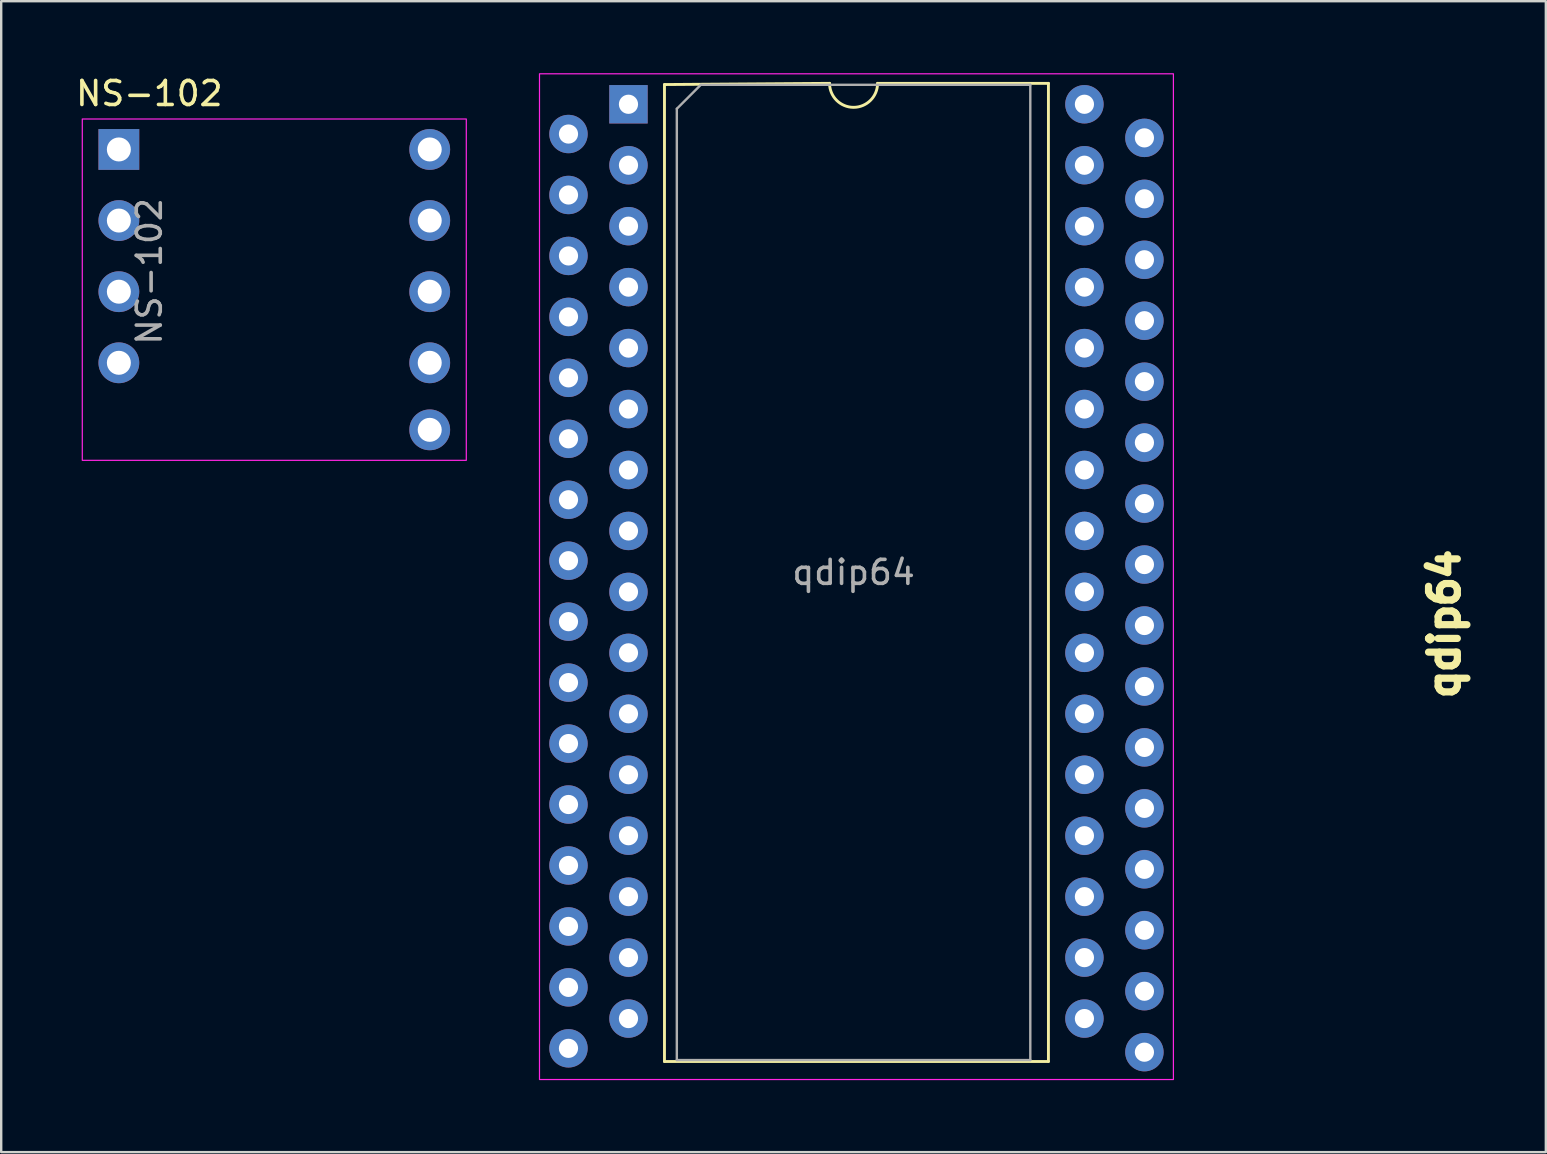
<source format=kicad_pcb>
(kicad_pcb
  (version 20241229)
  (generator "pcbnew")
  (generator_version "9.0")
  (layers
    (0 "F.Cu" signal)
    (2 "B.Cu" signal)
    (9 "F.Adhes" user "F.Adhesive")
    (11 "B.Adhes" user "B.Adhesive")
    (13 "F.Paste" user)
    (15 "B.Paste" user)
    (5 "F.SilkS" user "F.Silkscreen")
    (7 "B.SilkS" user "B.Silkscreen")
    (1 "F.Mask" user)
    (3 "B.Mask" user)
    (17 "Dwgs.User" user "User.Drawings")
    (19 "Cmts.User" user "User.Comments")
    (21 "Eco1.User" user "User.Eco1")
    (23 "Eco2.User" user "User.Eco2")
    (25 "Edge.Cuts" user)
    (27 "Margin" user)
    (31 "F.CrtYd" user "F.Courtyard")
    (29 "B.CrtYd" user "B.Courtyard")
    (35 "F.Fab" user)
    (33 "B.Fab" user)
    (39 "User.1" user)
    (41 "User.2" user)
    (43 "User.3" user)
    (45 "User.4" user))
  (footprint "NS-102"
    (layer "F.Cu")
    (at 1.903 3.178)
    (property "Reference" "NS-102" (at 1.27 -2.33 0) (layer "F.SilkS") (effects (font (size 1 1) (thickness 0.15))))
    (attr through_hole)
    (fp_rect (start -1.524 -1.27) (end 14.478 12.954) (stroke (width 0.05) (type default)) (fill no) (layer "F.CrtYd"))
    (fp_text user "${REFERENCE}" (at 1.27 5.08 270) (layer "F.Fab") (effects (font (size 1 1) (thickness 0.15))))
    (pad "" np_thru_hole oval (at 0 2.963) (size 1.7 1.7) (drill 1) (layers "*.Cu" "*.Mask"))
    (pad "" np_thru_hole oval (at 12.954 0) (size 1.7 1.7) (drill 1) (layers "*.Cu" "*.Mask"))
    (pad "" np_thru_hole oval (at 12.954 2.963) (size 1.7 1.7) (drill 1) (layers "*.Cu" "*.Mask"))
    (pad "" np_thru_hole oval (at 12.954 5.927) (size 1.7 1.7) (drill 1) (layers "*.Cu" "*.Mask"))
    (pad "" np_thru_hole oval (at 12.954 8.89) (size 1.7 1.7) (drill 1) (layers "*.Cu" "*.Mask"))
    (pad "" np_thru_hole oval (at 12.954 11.684) (size 1.7 1.7) (drill 1) (layers "*.Cu" "*.Mask"))
    (pad "1" thru_hole rect (at 0 0) (size 1.7 1.7) (drill 1) (layers "*.Cu" "*.Mask"))
    (pad "2" thru_hole oval (at 0 5.927) (size 1.7 1.7) (drill 1) (layers "*.Cu" "*.Mask"))
    (pad "3" thru_hole oval (at 0 8.89) (size 1.7 1.7) (drill 1) (layers "*.Cu" "*.Mask")))
  (footprint "qdip64"
    (layer "F.Cu")
    (at 32.639 20.853)
    (property "Reference" "qdip64" (at 24.5 2.1 270) (layer "F.SilkS") (effects (font (size 1.2 1.2) (thickness 0.3))))
    (attr through_hole)
    (fp_line (start -8 -20.38) (end -8 20.33) (stroke (width 0.12) (type solid)) (layer "F.SilkS"))
    (fp_line (start -8 20.33) (end 8 20.33) (stroke (width 0.12) (type solid)) (layer "F.SilkS"))
    (fp_line (start -1.12 -20.43) (end -8 -20.38) (stroke (width 0.12) (type solid)) (layer "F.SilkS"))
    (fp_line (start 8 -20.43) (end 0.88 -20.43) (stroke (width 0.12) (type solid)) (layer "F.SilkS"))
    (fp_line (start 8 20.33) (end 8 -20.43) (stroke (width 0.12) (type solid)) (layer "F.SilkS"))
    (fp_arc (start 0.88 -20.43) (mid -0.12 -19.43) (end -1.12 -20.43) (stroke (width 0.12) (type solid)) (layer "F.SilkS"))
    (fp_rect (start -13.208 -20.828) (end 13.208 21.082) (stroke (width 0.05) (type default)) (fill no) (layer "F.CrtYd"))
    (fp_line (start -7.485 -19.37) (end -6.485 -20.37) (stroke (width 0.1) (type solid)) (layer "F.Fab"))
    (fp_line (start -7.485 20.27) (end -7.485 -19.37) (stroke (width 0.1) (type solid)) (layer "F.Fab"))
    (fp_line (start -6.485 -20.37) (end 7.245 -20.37) (stroke (width 0.1) (type solid)) (layer "F.Fab"))
    (fp_line (start 7.245 -20.37) (end 7.245 20.27) (stroke (width 0.1) (type solid)) (layer "F.Fab"))
    (fp_line (start 7.245 20.27) (end -7.485 20.27) (stroke (width 0.1) (type solid)) (layer "F.Fab"))
    (fp_text user "${REFERENCE}" (at -0.12 -0.05 0) (layer "F.Fab") (effects (font (size 1 1) (thickness 0.15))))
    (pad "1" thru_hole rect (at -9.5 -19.558) (size 1.6 1.6) (drill 0.8) (layers "*.Cu" "*.Mask"))
    (pad "2" thru_hole circle (at -12 -18.318) (size 1.6 1.6) (drill 0.8) (layers "*.Cu" "*.Mask"))
    (pad "3" thru_hole oval (at -9.5 -17.018) (size 1.6 1.6) (drill 0.8) (layers "*.Cu" "*.Mask"))
    (pad "4" thru_hole oval (at -12 -15.778) (size 1.6 1.6) (drill 0.8) (layers "*.Cu" "*.Mask"))
    (pad "5" thru_hole oval (at -9.5 -14.478) (size 1.6 1.6) (drill 0.8) (layers "*.Cu" "*.Mask"))
    (pad "6" thru_hole oval (at -12 -13.238) (size 1.6 1.6) (drill 0.8) (layers "*.Cu" "*.Mask"))
    (pad "7" thru_hole oval (at -9.5 -11.938) (size 1.6 1.6) (drill 0.8) (layers "*.Cu" "*.Mask"))
    (pad "8" thru_hole oval (at -12 -10.698) (size 1.6 1.6) (drill 0.8) (layers "*.Cu" "*.Mask"))
    (pad "9" thru_hole oval (at -9.5 -9.398) (size 1.6 1.6) (drill 0.8) (layers "*.Cu" "*.Mask"))
    (pad "10" thru_hole oval (at -12 -8.158) (size 1.6 1.6) (drill 0.8) (layers "*.Cu" "*.Mask"))
    (pad "11" thru_hole oval (at -9.5 -6.858) (size 1.6 1.6) (drill 0.8) (layers "*.Cu" "*.Mask"))
    (pad "12" thru_hole oval (at -12 -5.618) (size 1.6 1.6) (drill 0.8) (layers "*.Cu" "*.Mask"))
    (pad "13" thru_hole oval (at -9.5 -4.318) (size 1.6 1.6) (drill 0.8) (layers "*.Cu" "*.Mask"))
    (pad "14" thru_hole oval (at -12 -3.078) (size 1.6 1.6) (drill 0.8) (layers "*.Cu" "*.Mask"))
    (pad "15" thru_hole oval (at -9.5 -1.778) (size 1.6 1.6) (drill 0.8) (layers "*.Cu" "*.Mask"))
    (pad "16" thru_hole oval (at -12 -0.538) (size 1.6 1.6) (drill 0.8) (layers "*.Cu" "*.Mask"))
    (pad "17" thru_hole oval (at -9.5 0.762) (size 1.6 1.6) (drill 0.8) (layers "*.Cu" "*.Mask"))
    (pad "18" thru_hole oval (at -12 2.002) (size 1.6 1.6) (drill 0.8) (layers "*.Cu" "*.Mask"))
    (pad "19" thru_hole oval (at -9.5 3.302) (size 1.6 1.6) (drill 0.8) (layers "*.Cu" "*.Mask"))
    (pad "20" thru_hole oval (at -12 4.542) (size 1.6 1.6) (drill 0.8) (layers "*.Cu" "*.Mask"))
    (pad "21" thru_hole oval (at -9.5 5.842) (size 1.6 1.6) (drill 0.8) (layers "*.Cu" "*.Mask"))
    (pad "22" thru_hole oval (at -12 7.082) (size 1.6 1.6) (drill 0.8) (layers "*.Cu" "*.Mask"))
    (pad "23" thru_hole oval (at -9.5 8.382) (size 1.6 1.6) (drill 0.8) (layers "*.Cu" "*.Mask"))
    (pad "24" thru_hole oval (at -12 9.622) (size 1.6 1.6) (drill 0.8) (layers "*.Cu" "*.Mask"))
    (pad "25" thru_hole oval (at -9.5 10.922) (size 1.6 1.6) (drill 0.8) (layers "*.Cu" "*.Mask"))
    (pad "26" thru_hole oval (at -12 12.162) (size 1.6 1.6) (drill 0.8) (layers "*.Cu" "*.Mask"))
    (pad "27" thru_hole oval (at -9.5 13.462) (size 1.6 1.6) (drill 0.8) (layers "*.Cu" "*.Mask"))
    (pad "28" thru_hole oval (at -12 14.702) (size 1.6 1.6) (drill 0.8) (layers "*.Cu" "*.Mask"))
    (pad "29" thru_hole oval (at -9.5 16.002) (size 1.6 1.6) (drill 0.8) (layers "*.Cu" "*.Mask"))
    (pad "30" thru_hole oval (at -12 17.242) (size 1.6 1.6) (drill 0.8) (layers "*.Cu" "*.Mask"))
    (pad "31" thru_hole oval (at -9.5 18.542) (size 1.6 1.6) (drill 0.8) (layers "*.Cu" "*.Mask"))
    (pad "32" thru_hole oval (at -12 19.782) (size 1.6 1.6) (drill 0.8) (layers "*.Cu" "*.Mask"))
    (pad "33" thru_hole oval (at 12 19.942) (size 1.6 1.6) (drill 0.8) (layers "*.Cu" "*.Mask"))
    (pad "34" thru_hole oval (at 9.5 18.542) (size 1.6 1.6) (drill 0.8) (layers "*.Cu" "*.Mask"))
    (pad "35" thru_hole oval (at 12 17.402) (size 1.6 1.6) (drill 0.8) (layers "*.Cu" "*.Mask"))
    (pad "36" thru_hole oval (at 9.5 16.002) (size 1.6 1.6) (drill 0.8) (layers "*.Cu" "*.Mask"))
    (pad "37" thru_hole oval (at 12 14.862) (size 1.6 1.6) (drill 0.8) (layers "*.Cu" "*.Mask"))
    (pad "38" thru_hole oval (at 9.5 13.462) (size 1.6 1.6) (drill 0.8) (layers "*.Cu" "*.Mask"))
    (pad "39" thru_hole oval (at 12 12.322) (size 1.6 1.6) (drill 0.8) (layers "*.Cu" "*.Mask"))
    (pad "40" thru_hole oval (at 9.5 10.922) (size 1.6 1.6) (drill 0.8) (layers "*.Cu" "*.Mask"))
    (pad "41" thru_hole oval (at 12 9.782) (size 1.6 1.6) (drill 0.8) (layers "*.Cu" "*.Mask"))
    (pad "42" thru_hole oval (at 9.5 8.382) (size 1.6 1.6) (drill 0.8) (layers "*.Cu" "*.Mask"))
    (pad "43" thru_hole oval (at 12 7.242) (size 1.6 1.6) (drill 0.8) (layers "*.Cu" "*.Mask"))
    (pad "44" thru_hole oval (at 9.5 5.842) (size 1.6 1.6) (drill 0.8) (layers "*.Cu" "*.Mask"))
    (pad "45" thru_hole oval (at 12 4.702) (size 1.6 1.6) (drill 0.8) (layers "*.Cu" "*.Mask"))
    (pad "46" thru_hole oval (at 9.5 3.302) (size 1.6 1.6) (drill 0.8) (layers "*.Cu" "*.Mask"))
    (pad "47" thru_hole oval (at 12 2.162) (size 1.6 1.6) (drill 0.8) (layers "*.Cu" "*.Mask"))
    (pad "48" thru_hole oval (at 9.5 0.762) (size 1.6 1.6) (drill 0.8) (layers "*.Cu" "*.Mask"))
    (pad "49" thru_hole oval (at 12 -0.378) (size 1.6 1.6) (drill 0.8) (layers "*.Cu" "*.Mask"))
    (pad "50" thru_hole oval (at 9.5 -1.778) (size 1.6 1.6) (drill 0.8) (layers "*.Cu" "*.Mask"))
    (pad "51" thru_hole oval (at 12 -2.918) (size 1.6 1.6) (drill 0.8) (layers "*.Cu" "*.Mask"))
    (pad "52" thru_hole oval (at 9.5 -4.318) (size 1.6 1.6) (drill 0.8) (layers "*.Cu" "*.Mask"))
    (pad "53" thru_hole oval (at 12 -5.458) (size 1.6 1.6) (drill 0.8) (layers "*.Cu" "*.Mask"))
    (pad "54" thru_hole oval (at 9.5 -6.858) (size 1.6 1.6) (drill 0.8) (layers "*.Cu" "*.Mask"))
    (pad "55" thru_hole oval (at 12 -7.998) (size 1.6 1.6) (drill 0.8) (layers "*.Cu" "*.Mask"))
    (pad "56" thru_hole oval (at 9.5 -9.398) (size 1.6 1.6) (drill 0.8) (layers "*.Cu" "*.Mask"))
    (pad "57" thru_hole oval (at 12 -10.538) (size 1.6 1.6) (drill 0.8) (layers "*.Cu" "*.Mask"))
    (pad "58" thru_hole oval (at 9.5 -11.938) (size 1.6 1.6) (drill 0.8) (layers "*.Cu" "*.Mask"))
    (pad "59" thru_hole oval (at 12 -13.078) (size 1.6 1.6) (drill 0.8) (layers "*.Cu" "*.Mask"))
    (pad "60" thru_hole oval (at 9.5 -14.478) (size 1.6 1.6) (drill 0.8) (layers "*.Cu" "*.Mask"))
    (pad "61" thru_hole oval (at 12 -15.618) (size 1.6 1.6) (drill 0.8) (layers "*.Cu" "*.Mask"))
    (pad "62" thru_hole oval (at 9.5 -17.018) (size 1.6 1.6) (drill 0.8) (layers "*.Cu" "*.Mask"))
    (pad "63" thru_hole circle (at 12 -18.158) (size 1.6 1.6) (drill 0.8) (layers "*.Cu" "*.Mask"))
    (pad "64" thru_hole oval (at 9.5 -19.558) (size 1.6 1.6) (drill 0.8) (layers "*.Cu" "*.Mask")))
  (gr_rect
    (start -3 -3)
    (end 61.367 44.96)
    (stroke (width 0.1) (type default))
    (fill no)
    (layer "Edge.Cuts")))
</source>
